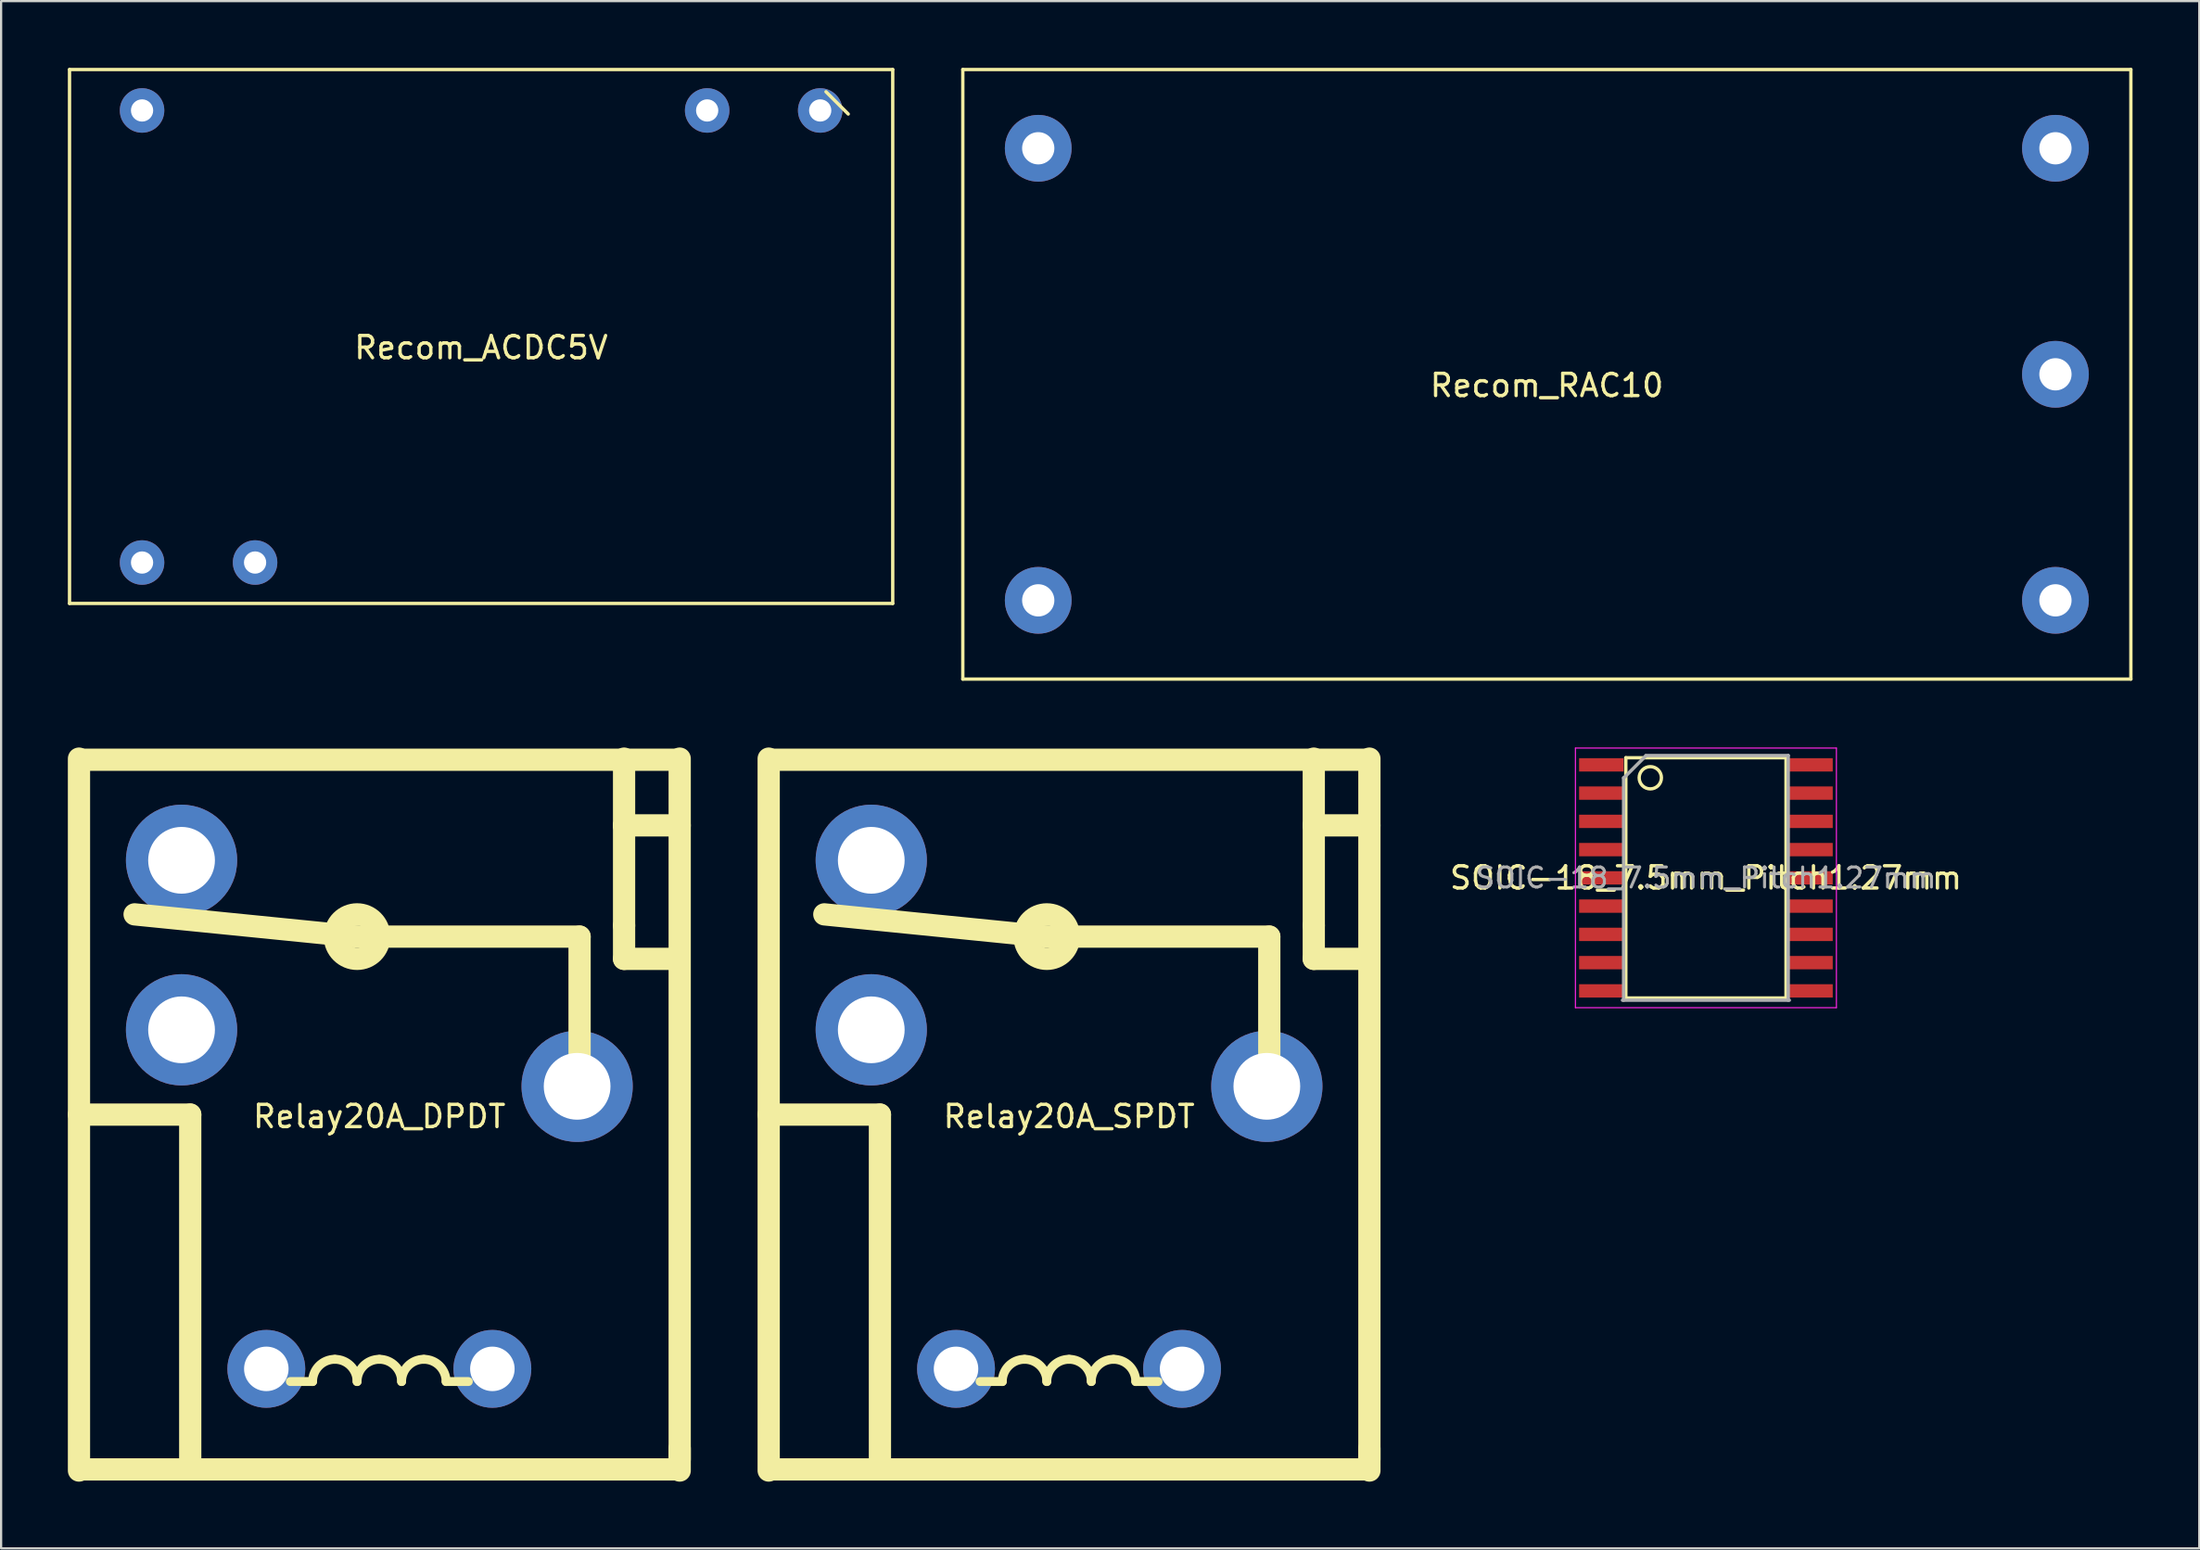
<source format=kicad_pcb>
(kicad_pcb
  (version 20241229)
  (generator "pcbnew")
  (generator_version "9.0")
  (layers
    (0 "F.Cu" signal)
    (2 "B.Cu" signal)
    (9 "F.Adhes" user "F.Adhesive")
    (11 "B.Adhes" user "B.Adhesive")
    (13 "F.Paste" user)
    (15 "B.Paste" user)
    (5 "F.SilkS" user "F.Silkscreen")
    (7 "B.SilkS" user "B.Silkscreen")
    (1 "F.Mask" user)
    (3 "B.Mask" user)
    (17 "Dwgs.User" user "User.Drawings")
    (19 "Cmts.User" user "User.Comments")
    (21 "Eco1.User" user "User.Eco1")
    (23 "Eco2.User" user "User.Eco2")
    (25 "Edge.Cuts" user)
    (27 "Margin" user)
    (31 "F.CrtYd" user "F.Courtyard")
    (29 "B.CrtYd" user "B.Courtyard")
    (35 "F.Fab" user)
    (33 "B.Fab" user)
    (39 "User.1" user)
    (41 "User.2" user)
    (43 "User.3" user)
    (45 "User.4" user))
  (footprint "Recom_RAC10"
    (layer "F.Cu")
    (at 66.475 13.775)
    (property "Reference" "Recom_RAC10" (at 0 0.5 0) (layer "F.SilkS") (effects (font (size 1 1) (thickness 0.15))))
    (attr through_hole)
    (fp_line (start -26.25 -13.7) (end 26.25 -13.7) (stroke (width 0.15) (type solid)) (layer "F.SilkS"))
    (fp_line (start -26.25 13.7) (end -26.25 -13.7) (stroke (width 0.15) (type solid)) (layer "F.SilkS"))
    (fp_line (start 26.25 -13.7) (end 26.25 13.7) (stroke (width 0.15) (type solid)) (layer "F.SilkS"))
    (fp_line (start 26.25 13.7) (end -26.25 13.7) (stroke (width 0.15) (type solid)) (layer "F.SilkS"))
    (pad "+Vdc" thru_hole circle (at 22.86 10.16) (size 3 3) (drill 1.45) (layers "*.Cu" "*.Mask"))
    (pad "-Vdc" thru_hole circle (at 22.86 0) (size 3 3) (drill 1.45) (layers "*.Cu" "*.Mask"))
    (pad "AC1" thru_hole circle (at -22.86 -10.16) (size 3 3) (drill 1.45) (layers "*.Cu" "*.Mask"))
    (pad "AC2" thru_hole circle (at -22.86 10.16) (size 3 3) (drill 1.45) (layers "*.Cu" "*.Mask"))
    (pad "NC" thru_hole circle (at 22.86 -10.16) (size 3 3) (drill 1.45) (layers "*.Cu" "*.Mask")))
  (footprint "Recom_ACDC5V"
    (layer "F.Cu")
    (at 18.575 12.075)
    (property "Reference" "Recom_ACDC5V" (at 0 0.5 0) (layer "F.SilkS") (effects (font (size 1 1) (thickness 0.15))))
    (attr through_hole)
    (fp_line (start -18.5 -12) (end -18.5 12) (stroke (width 0.15) (type solid)) (layer "F.SilkS"))
    (fp_line (start -18.5 12) (end 18.5 12) (stroke (width 0.15) (type solid)) (layer "F.SilkS"))
    (fp_line (start 16.5 -10) (end 15.5 -11) (stroke (width 0.15) (type solid)) (layer "F.SilkS"))
    (fp_line (start 18.5 -12) (end -18.5 -12) (stroke (width 0.15) (type solid)) (layer "F.SilkS"))
    (fp_line (start 18.5 -12) (end 18.5 12) (stroke (width 0.15) (type solid)) (layer "F.SilkS"))
    (pad "+Vdc" thru_hole circle (at -10.16 10.16) (size 2 2) (drill 1) (layers "*.Cu" "*.Mask"))
    (pad "-Vdc" thru_hole circle (at -15.24 10.16) (size 2 2) (drill 1) (layers "*.Cu" "*.Mask"))
    (pad "AC1" thru_hole circle (at 15.24 -10.16) (size 2 2) (drill 1) (layers "*.Cu" "*.Mask"))
    (pad "AC2" thru_hole circle (at 10.16 -10.16) (size 2 2) (drill 1) (layers "*.Cu" "*.Mask"))
    (pad "NC" thru_hole circle (at -15.24 -10.16) (size 2 2) (drill 1) (layers "*.Cu" "*.Mask")))
  (footprint "Relay20A_DPDT"
    (layer "F.Cu")
    (at 14 47.135)
    (property "Reference" "Relay20A_DPDT" (at 0 0 180) (layer "F.SilkS") (effects (font (size 1 1) (thickness 0.15))))
    (attr through_hole)
    (fp_line (start -13.5 -0.085) (end -8.5 -0.085) (stroke (width 1) (type solid)) (layer "F.SilkS"))
    (fp_line (start -13.5 15.915) (end -13.5 -16.085) (stroke (width 1) (type solid)) (layer "F.SilkS"))
    (fp_line (start -13.45 -16.035) (end 13.45 -16.035) (stroke (width 1) (type solid)) (layer "F.SilkS"))
    (fp_line (start -13.45 15.865) (end 13.45 15.865) (stroke (width 1) (type solid)) (layer "F.SilkS"))
    (fp_line (start -8.5 -0.085) (end -8.5 15.415) (stroke (width 1) (type solid)) (layer "F.SilkS"))
    (fp_line (start -3 11.915) (end -4 11.915) (stroke (width 0.4) (type solid)) (layer "F.SilkS"))
    (fp_line (start -1 -8.085) (end -11 -9.085) (stroke (width 1) (type solid)) (layer "F.SilkS"))
    (fp_line (start 3 11.915) (end 4 11.915) (stroke (width 0.4) (type solid)) (layer "F.SilkS"))
    (fp_line (start 9 -8.085) (end -1 -8.085) (stroke (width 1) (type solid)) (layer "F.SilkS"))
    (fp_line (start 9 -2.085) (end 9 -8.085) (stroke (width 1) (type solid)) (layer "F.SilkS"))
    (fp_line (start 11 -16.085) (end 11 -13.085) (stroke (width 1) (type solid)) (layer "F.SilkS"))
    (fp_line (start 11 -13.085) (end 11 -8.585) (stroke (width 1) (type solid)) (layer "F.SilkS"))
    (fp_line (start 11 -13.085) (end 13.5 -13.085) (stroke (width 1) (type solid)) (layer "F.SilkS"))
    (fp_line (start 11 -8.585) (end 11 -7.085) (stroke (width 1) (type solid)) (layer "F.SilkS"))
    (fp_line (start 11 -7.085) (end 13 -7.085) (stroke (width 1) (type solid)) (layer "F.SilkS"))
    (fp_line (start 13.5 -16.085) (end 13.5 15.415) (stroke (width 1) (type solid)) (layer "F.SilkS"))
    (fp_line (start 13.5 14.915) (end 13.5 15.915) (stroke (width 1) (type solid)) (layer "F.SilkS"))
    (fp_arc (start -3 11.915) (mid -2.707107 11.207893) (end -2 10.915) (stroke (width 0.4) (type solid)) (layer "F.SilkS"))
    (fp_arc (start -2 10.915) (mid -1.292893 11.207893) (end -1 11.915) (stroke (width 0.4) (type solid)) (layer "F.SilkS"))
    (fp_arc (start -1 11.915) (mid -0.707107 11.207893) (end 0 10.915) (stroke (width 0.4) (type solid)) (layer "F.SilkS"))
    (fp_arc (start 0 10.915) (mid 0.707107 11.207893) (end 1 11.915) (stroke (width 0.4) (type solid)) (layer "F.SilkS"))
    (fp_arc (start 1 11.915) (mid 1.292893 11.207893) (end 2 10.915) (stroke (width 0.4) (type solid)) (layer "F.SilkS"))
    (fp_arc (start 2 10.915) (mid 2.707107 11.207893) (end 3 11.915) (stroke (width 0.4) (type solid)) (layer "F.SilkS"))
    (fp_circle (center -1 -8.085) (end -1 -9.085) (stroke (width 1) (type solid)) (fill no) (layer "F.SilkS"))
    (pad "+CTL" thru_hole circle (at -5.08 11.345) (size 3.5 3.5) (drill 2) (layers "*.Cu" "*.Mask"))
    (pad "+Grd" thru_hole circle (at -8.89 -3.895) (size 5 5) (drill 3) (layers "*.Cu" "*.Mask"))
    (pad "+Kdk" thru_hole circle (at -8.89 -11.515) (size 5 5) (drill 3) (layers "*.Cu" "*.Mask"))
    (pad "+Ld" thru_hole circle (at 8.89 -1.355) (size 5 5) (drill 3) (layers "*.Cu" "*.Mask"))
    (pad "-CTL" thru_hole circle (at 5.08 11.345) (size 3.5 3.5) (drill 2) (layers "*.Cu" "*.Mask")))
  (footprint "Relay20A_SPDT"
    (layer "F.Cu")
    (at 45 47.135)
    (property "Reference" "Relay20A_SPDT" (at 0 0 180) (layer "F.SilkS") (effects (font (size 1 1) (thickness 0.15))))
    (attr through_hole)
    (fp_line (start -13.5 -0.085) (end -8.5 -0.085) (stroke (width 1) (type solid)) (layer "F.SilkS"))
    (fp_line (start -13.5 15.915) (end -13.5 -16.085) (stroke (width 1) (type solid)) (layer "F.SilkS"))
    (fp_line (start -13.45 -16.035) (end 13.45 -16.035) (stroke (width 1) (type solid)) (layer "F.SilkS"))
    (fp_line (start -13.45 15.865) (end 13.45 15.865) (stroke (width 1) (type solid)) (layer "F.SilkS"))
    (fp_line (start -8.5 -0.085) (end -8.5 15.415) (stroke (width 1) (type solid)) (layer "F.SilkS"))
    (fp_line (start -3 11.915) (end -4 11.915) (stroke (width 0.4) (type solid)) (layer "F.SilkS"))
    (fp_line (start -1 -8.085) (end -11 -9.085) (stroke (width 1) (type solid)) (layer "F.SilkS"))
    (fp_line (start 3 11.915) (end 4 11.915) (stroke (width 0.4) (type solid)) (layer "F.SilkS"))
    (fp_line (start 9 -8.085) (end -1 -8.085) (stroke (width 1) (type solid)) (layer "F.SilkS"))
    (fp_line (start 9 -2.085) (end 9 -8.085) (stroke (width 1) (type solid)) (layer "F.SilkS"))
    (fp_line (start 11 -16.085) (end 11 -13.085) (stroke (width 1) (type solid)) (layer "F.SilkS"))
    (fp_line (start 11 -13.085) (end 11 -8.585) (stroke (width 1) (type solid)) (layer "F.SilkS"))
    (fp_line (start 11 -13.085) (end 13.5 -13.085) (stroke (width 1) (type solid)) (layer "F.SilkS"))
    (fp_line (start 11 -8.585) (end 11 -7.085) (stroke (width 1) (type solid)) (layer "F.SilkS"))
    (fp_line (start 11 -7.085) (end 13 -7.085) (stroke (width 1) (type solid)) (layer "F.SilkS"))
    (fp_line (start 13.5 -16.085) (end 13.5 15.415) (stroke (width 1) (type solid)) (layer "F.SilkS"))
    (fp_line (start 13.5 14.915) (end 13.5 15.915) (stroke (width 1) (type solid)) (layer "F.SilkS"))
    (fp_arc (start -3 11.915) (mid -2.707107 11.207893) (end -2 10.915) (stroke (width 0.4) (type solid)) (layer "F.SilkS"))
    (fp_arc (start -2 10.915) (mid -1.292893 11.207893) (end -1 11.915) (stroke (width 0.4) (type solid)) (layer "F.SilkS"))
    (fp_arc (start -1 11.915) (mid -0.707107 11.207893) (end 0 10.915) (stroke (width 0.4) (type solid)) (layer "F.SilkS"))
    (fp_arc (start 0 10.915) (mid 0.707107 11.207893) (end 1 11.915) (stroke (width 0.4) (type solid)) (layer "F.SilkS"))
    (fp_arc (start 1 11.915) (mid 1.292893 11.207893) (end 2 10.915) (stroke (width 0.4) (type solid)) (layer "F.SilkS"))
    (fp_arc (start 2 10.915) (mid 2.707107 11.207893) (end 3 11.915) (stroke (width 0.4) (type solid)) (layer "F.SilkS"))
    (fp_circle (center -1 -8.085) (end -1 -9.085) (stroke (width 1) (type solid)) (fill no) (layer "F.SilkS"))
    (pad "+CTL" thru_hole circle (at -5.08 11.345) (size 3.5 3.5) (drill 2) (layers "*.Cu" "*.Mask"))
    (pad "-CTL" thru_hole circle (at 5.08 11.345) (size 3.5 3.5) (drill 2) (layers "*.Cu" "*.Mask"))
    (pad "IN1" thru_hole circle (at -8.89 -11.515) (size 5 5) (drill 3) (layers "*.Cu" "*.Mask"))
    (pad "IN2" thru_hole circle (at -8.89 -3.895) (size 5 5) (drill 3) (layers "*.Cu" "*.Mask"))
    (pad "OUT" thru_hole circle (at 8.89 -1.355) (size 5 5) (drill 3) (layers "*.Cu" "*.Mask")))
  (footprint "SOIC-18_7.5mm_Pitch1.27mm"
    (layer "F.Cu")
    (at 73.625 36.41)
    (property "Reference" "SOIC-18_7.5mm_Pitch1.27mm" (at 0 0 0) (layer "F.SilkS") (effects (font (size 1 1) (thickness 0.15))))
    (attr smd)
    (fp_line (start -3.6 -5.4) (end 3.6 -5.4) (stroke (width 0.15) (type solid)) (layer "F.SilkS"))
    (fp_line (start -3.6 5.4) (end -3.6 -5.4) (stroke (width 0.15) (type solid)) (layer "F.SilkS"))
    (fp_line (start -3.6 5.4) (end 3.6 5.4) (stroke (width 0.15) (type solid)) (layer "F.SilkS"))
    (fp_line (start 3.6 5.4) (end 3.6 -5.4) (stroke (width 0.15) (type solid)) (layer "F.SilkS"))
    (fp_circle (center -2.5 -4.5) (end -2 -4.5) (stroke (width 0.15) (type solid)) (fill no) (layer "F.SilkS"))
    (fp_line (start -5.865 -5.835) (end -5.865 5.835) (stroke (width 0.05) (type solid)) (layer "F.CrtYd"))
    (fp_line (start -5.865 -5.835) (end 5.865 -5.835) (stroke (width 0.05) (type solid)) (layer "F.CrtYd"))
    (fp_line (start -5.865 5.835) (end 5.865 5.835) (stroke (width 0.05) (type solid)) (layer "F.CrtYd"))
    (fp_line (start 5.865 -5.835) (end 5.865 5.835) (stroke (width 0.05) (type solid)) (layer "F.CrtYd"))
    (fp_line (start -3.7 -4.485) (end -2.7 -5.485) (stroke (width 0.15) (type solid)) (layer "F.Fab"))
    (fp_line (start -3.7 5.5) (end -3.7 -4.5) (stroke (width 0.15) (type solid)) (layer "F.Fab"))
    (fp_line (start -2.7 -5.5) (end 3.7 -5.5) (stroke (width 0.15) (type solid)) (layer "F.Fab"))
    (fp_line (start 3.7 -5.5) (end 3.7 5.5) (stroke (width 0.15) (type solid)) (layer "F.Fab"))
    (fp_line (start 3.75 5.5) (end -3.75 5.5) (stroke (width 0.15) (type solid)) (layer "F.Fab"))
    (fp_text user "${REFERENCE}" (at 0 0 0) (layer "F.Fab") (effects (font (size 0.9 0.9) (thickness 0.135))))
    (pad "1" smd rect (at -4.7 -5.08) (size 2 0.6) (layers "F.Cu" "F.Mask" "F.Paste"))
    (pad "2" smd rect (at -4.7 -3.81) (size 2 0.6) (layers "F.Cu" "F.Mask" "F.Paste"))
    (pad "3" smd rect (at -4.7 -2.54) (size 2 0.6) (layers "F.Cu" "F.Mask" "F.Paste"))
    (pad "4" smd rect (at -4.7 -1.27) (size 2 0.6) (layers "F.Cu" "F.Mask" "F.Paste"))
    (pad "5" smd rect (at -4.7 0) (size 2 0.6) (layers "F.Cu" "F.Mask" "F.Paste"))
    (pad "6" smd rect (at -4.7 1.27) (size 2 0.6) (layers "F.Cu" "F.Mask" "F.Paste"))
    (pad "7" smd rect (at -4.7 2.54) (size 2 0.6) (layers "F.Cu" "F.Mask" "F.Paste"))
    (pad "8" smd rect (at -4.7 3.81) (size 2 0.6) (layers "F.Cu" "F.Mask" "F.Paste"))
    (pad "9" smd rect (at -4.7 5.08) (size 2 0.6) (layers "F.Cu" "F.Mask" "F.Paste"))
    (pad "10" smd rect (at 4.7 5.08) (size 2 0.6) (layers "F.Cu" "F.Mask" "F.Paste"))
    (pad "11" smd rect (at 4.7 3.81) (size 2 0.6) (layers "F.Cu" "F.Mask" "F.Paste"))
    (pad "12" smd rect (at 4.7 2.54) (size 2 0.6) (layers "F.Cu" "F.Mask" "F.Paste"))
    (pad "13" smd rect (at 4.7 1.27) (size 2 0.6) (layers "F.Cu" "F.Mask" "F.Paste"))
    (pad "14" smd rect (at 4.7 0) (size 2 0.6) (layers "F.Cu" "F.Mask" "F.Paste"))
    (pad "15" smd rect (at 4.7 -1.27) (size 2 0.6) (layers "F.Cu" "F.Mask" "F.Paste"))
    (pad "16" smd rect (at 4.7 -2.54) (size 2 0.6) (layers "F.Cu" "F.Mask" "F.Paste"))
    (pad "17" smd rect (at 4.7 -3.81) (size 2 0.6) (layers "F.Cu" "F.Mask" "F.Paste"))
    (pad "18" smd rect (at 4.7 -5.08) (size 2 0.6) (layers "F.Cu" "F.Mask" "F.Paste")))
  (gr_rect
    (start -3 -3)
    (end 95.8 66.55)
    (stroke (width 0.1) (type default))
    (fill no)
    (layer "Edge.Cuts")))
</source>
